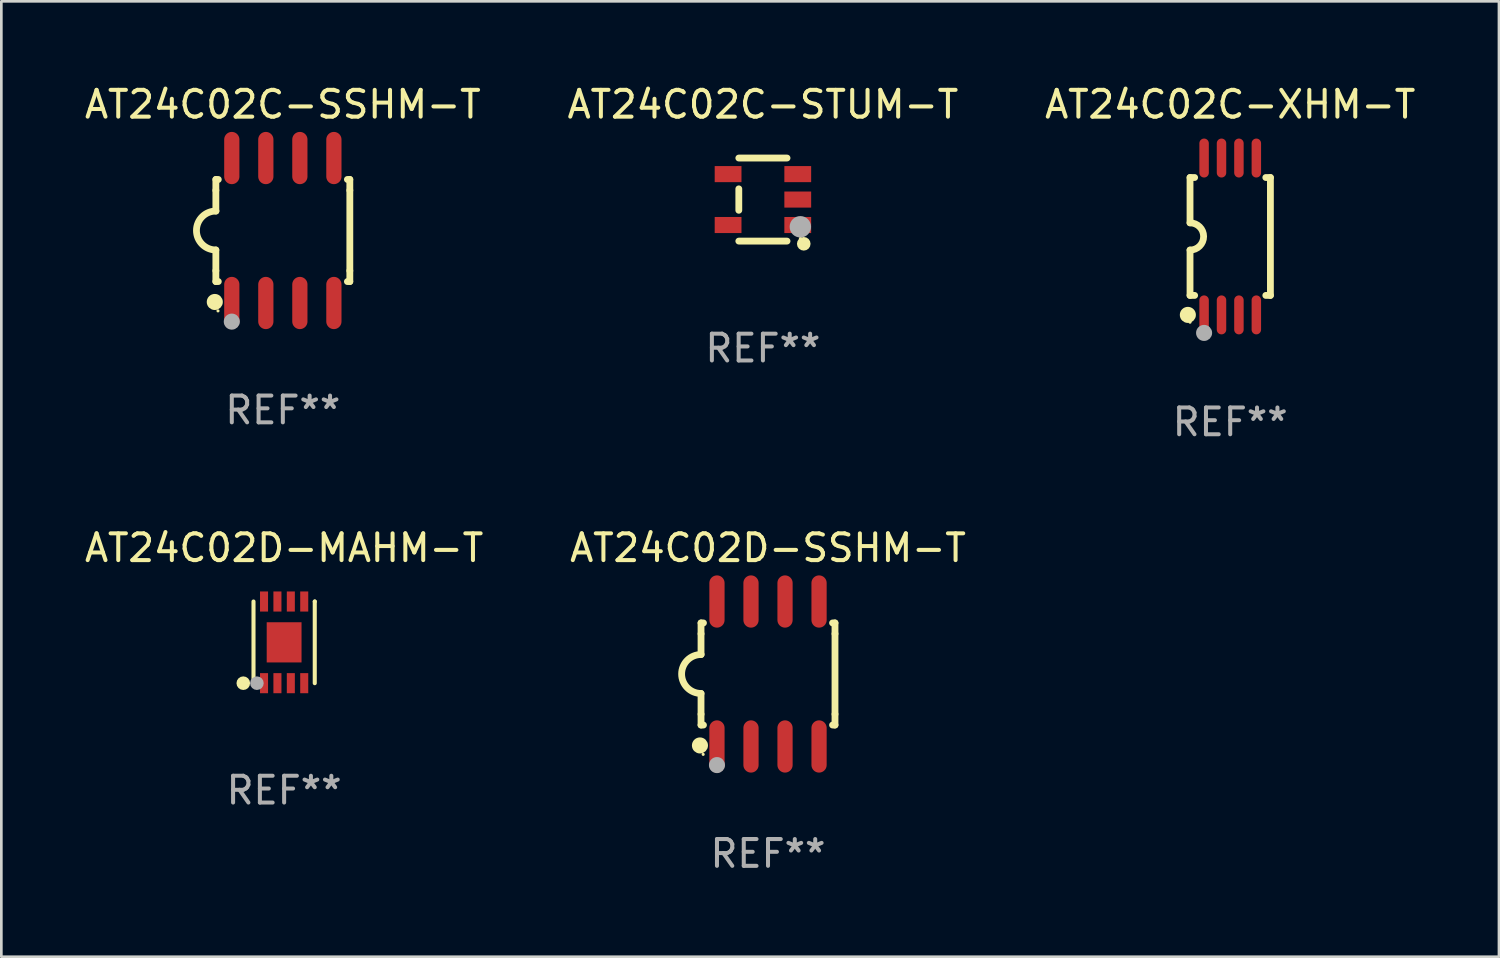
<source format=kicad_pcb>
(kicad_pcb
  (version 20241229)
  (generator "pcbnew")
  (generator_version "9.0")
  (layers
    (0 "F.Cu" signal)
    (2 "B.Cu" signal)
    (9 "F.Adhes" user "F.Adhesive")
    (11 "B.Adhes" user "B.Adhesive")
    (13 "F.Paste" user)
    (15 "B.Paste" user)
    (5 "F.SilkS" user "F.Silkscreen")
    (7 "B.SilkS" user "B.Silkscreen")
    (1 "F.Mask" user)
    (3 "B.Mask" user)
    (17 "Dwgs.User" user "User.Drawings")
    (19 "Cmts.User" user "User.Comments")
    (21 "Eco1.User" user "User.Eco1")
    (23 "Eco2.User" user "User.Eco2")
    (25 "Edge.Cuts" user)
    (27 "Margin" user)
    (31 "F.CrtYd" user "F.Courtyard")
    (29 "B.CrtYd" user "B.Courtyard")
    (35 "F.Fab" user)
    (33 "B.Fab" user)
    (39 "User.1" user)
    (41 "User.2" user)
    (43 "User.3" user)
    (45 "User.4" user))
  (footprint "AT24C02C-XHM-T"
    (layer "F.Cu")
    (at 42.863 5.775)
    (property "Reference" "AT24C02C-XHM-T" (at 0 -4.927 0) (layer "F.SilkS") (effects (font (size 1 1) (thickness 0.15))))
    (attr through_hole)
    (fp_line (start -1.5 -2.2) (end -1.5 -0.508) (stroke (width 0.254) (type solid)) (layer "F.SilkS"))
    (fp_line (start -1.5 -2.2) (end -1.328 -2.2) (stroke (width 0.254) (type solid)) (layer "F.SilkS"))
    (fp_line (start -1.5 2.2) (end -1.5 0.508) (stroke (width 0.254) (type solid)) (layer "F.SilkS"))
    (fp_line (start -1.5 2.2) (end -1.328 2.2) (stroke (width 0.254) (type solid)) (layer "F.SilkS"))
    (fp_line (start 1.328 -2.2) (end 1.5 -2.2) (stroke (width 0.254) (type solid)) (layer "F.SilkS"))
    (fp_line (start 1.328 2.2) (end 1.5 2.2) (stroke (width 0.254) (type solid)) (layer "F.SilkS"))
    (fp_line (start 1.5 -2.2) (end 1.5 2.2) (stroke (width 0.254) (type solid)) (layer "F.SilkS"))
    (fp_arc (start -1.501144 -0.508) (mid -0.993143 -0.000571) (end -1.5 0.508001) (stroke (width 0.254001) (type solid)) (layer "F.SilkS"))
    (fp_circle (center -1.581 2.927) (end -1.431 2.927) (stroke (width 0.3) (type solid)) (fill no) (layer "F.SilkS"))
    (fp_circle (center -1.5 3.2) (end -1.47 3.2) (stroke (width 0.06) (type solid)) (fill no) (layer "F.SilkS"))
    (fp_circle (center -0.975 3.6) (end -0.825 3.6) (stroke (width 0.3) (type solid)) (fill no) (layer "F.Fab"))
    (fp_text user "REF**" (at 0 6.927 0) (layer "F.Fab") (effects (font (size 1 1) (thickness 0.15))))
    (pad "1" smd oval (at -0.975 2.927) (size 0.353 1.454) (layers "F.Cu" "F.Mask" "F.Paste"))
    (pad "2" smd oval (at -0.325 2.927) (size 0.353 1.454) (layers "F.Cu" "F.Mask" "F.Paste"))
    (pad "3" smd oval (at 0.325 2.927) (size 0.353 1.454) (layers "F.Cu" "F.Mask" "F.Paste"))
    (pad "4" smd oval (at 0.975 2.927) (size 0.353 1.454) (layers "F.Cu" "F.Mask" "F.Paste"))
    (pad "5" smd oval (at 0.975 -2.927) (size 0.353 1.454) (layers "F.Cu" "F.Mask" "F.Paste"))
    (pad "6" smd oval (at 0.325 -2.927) (size 0.353 1.454) (layers "F.Cu" "F.Mask" "F.Paste"))
    (pad "7" smd oval (at -0.325 -2.927) (size 0.353 1.454) (layers "F.Cu" "F.Mask" "F.Paste"))
    (pad "8" smd oval (at -0.975 -2.927) (size 0.353 1.454) (layers "F.Cu" "F.Mask" "F.Paste")))
  (footprint "AT24C02C-STUM-T"
    (layer "F.Cu")
    (at 25.423 4.398)
    (property "Reference" "AT24C02C-STUM-T" (at 0 -3.55 0) (layer "F.SilkS") (effects (font (size 1 1) (thickness 0.15))))
    (attr through_hole)
    (fp_line (start -0.9 -1.55) (end 0.9 -1.55) (stroke (width 0.254) (type solid)) (layer "F.SilkS"))
    (fp_line (start -0.9 0.4) (end -0.9 -0.4) (stroke (width 0.254) (type solid)) (layer "F.SilkS"))
    (fp_line (start -0.9 1.55) (end 0.9 1.55) (stroke (width 0.254) (type solid)) (layer "F.SilkS"))
    (fp_circle (center 1.4 1.45) (end 1.43 1.45) (stroke (width 0.06) (type solid)) (fill no) (layer "F.SilkS"))
    (fp_circle (center 1.524 1.651) (end 1.651 1.651) (stroke (width 0.254) (type solid)) (fill no) (layer "F.SilkS"))
    (fp_circle (center 1.397 1.016) (end 1.597 1.016) (stroke (width 0.4) (type solid)) (fill no) (layer "F.Fab"))
    (fp_text user "REF**" (at 0 5.55 0) (layer "F.Fab") (effects (font (size 1 1) (thickness 0.15))))
    (pad "1" smd rect (at 1.3 0.95) (size 1 0.6) (layers "F.Cu" "F.Mask" "F.Paste"))
    (pad "2" smd rect (at 1.3 -0.000051) (size 1 0.6) (layers "F.Cu" "F.Mask" "F.Paste"))
    (pad "3" smd rect (at 1.3 -0.95) (size 1 0.6) (layers "F.Cu" "F.Mask" "F.Paste"))
    (pad "4" smd rect (at -1.3 -0.95) (size 1 0.6) (layers "F.Cu" "F.Mask" "F.Paste"))
    (pad "5" smd rect (at -1.3 0.95) (size 1 0.6) (layers "F.Cu" "F.Mask" "F.Paste")))
  (footprint "AT24C02D-SSHM-T"
    (layer "F.Cu")
    (at 25.613 22.104)
    (property "Reference" "AT24C02D-SSHM-T" (at 0 -4.705 0) (layer "F.SilkS") (effects (font (size 1 1) (thickness 0.15))))
    (attr through_hole)
    (fp_line (start -2.5 -1.905) (end -2.409 -1.905) (stroke (width 0.254) (type solid)) (layer "F.SilkS"))
    (fp_line (start -2.5 -1.5) (end -2.5 -1.905) (stroke (width 0.254) (type solid)) (layer "F.SilkS"))
    (fp_line (start -2.5 -1.5) (end -2.5 -0.726) (stroke (width 0.254) (type solid)) (layer "F.SilkS"))
    (fp_line (start -2.5 1.5) (end -2.5 0.727) (stroke (width 0.254) (type solid)) (layer "F.SilkS"))
    (fp_line (start -2.5 1.5) (end -2.5 1.905) (stroke (width 0.254) (type solid)) (layer "F.SilkS"))
    (fp_line (start -2.5 1.905) (end -2.409 1.905) (stroke (width 0.254) (type solid)) (layer "F.SilkS"))
    (fp_line (start 2.5 -1.905) (end 2.409 -1.905) (stroke (width 0.254) (type solid)) (layer "F.SilkS"))
    (fp_line (start 2.5 -1.5) (end 2.5 -1.905) (stroke (width 0.254) (type solid)) (layer "F.SilkS"))
    (fp_line (start 2.5 -1.5) (end 2.5 1.5) (stroke (width 0.254) (type solid)) (layer "F.SilkS"))
    (fp_line (start 2.5 1.5) (end 2.5 1.905) (stroke (width 0.254) (type solid)) (layer "F.SilkS"))
    (fp_line (start 2.5 1.905) (end 2.409 1.905) (stroke (width 0.254) (type solid)) (layer "F.SilkS"))
    (fp_arc (start -2.5 0.726568) (mid -3.220316 -0.0023) (end -2.495097 -0.726289) (stroke (width 0.254001) (type solid)) (layer "F.SilkS"))
    (fp_circle (center -2.54 2.667) (end -2.39 2.667) (stroke (width 0.3) (type solid)) (fill no) (layer "F.SilkS"))
    (fp_circle (center -2.42 3) (end -2.39 3) (stroke (width 0.06) (type solid)) (fill no) (layer "F.SilkS"))
    (fp_circle (center -1.905 3.4) (end -1.755 3.4) (stroke (width 0.3) (type solid)) (fill no) (layer "F.Fab"))
    (fp_text user "REF**" (at 0 6.705 0) (layer "F.Fab") (effects (font (size 1 1) (thickness 0.15))))
    (pad "1" smd oval (at -1.905 2.705) (size 0.568 1.95) (layers "F.Cu" "F.Mask" "F.Paste"))
    (pad "2" smd oval (at -0.635 2.705) (size 0.568 1.95) (layers "F.Cu" "F.Mask" "F.Paste"))
    (pad "3" smd oval (at 0.635 2.705) (size 0.568 1.95) (layers "F.Cu" "F.Mask" "F.Paste"))
    (pad "4" smd oval (at 1.905 2.705) (size 0.568 1.95) (layers "F.Cu" "F.Mask" "F.Paste"))
    (pad "5" smd oval (at 1.905 -2.705) (size 0.568 1.95) (layers "F.Cu" "F.Mask" "F.Paste"))
    (pad "6" smd oval (at 0.635 -2.705) (size 0.568 1.95) (layers "F.Cu" "F.Mask" "F.Paste"))
    (pad "7" smd oval (at -0.635 -2.705) (size 0.568 1.95) (layers "F.Cu" "F.Mask" "F.Paste"))
    (pad "8" smd oval (at -1.905 -2.705) (size 0.568 1.95) (layers "F.Cu" "F.Mask" "F.Paste")))
  (footprint "AT24C02C-SSHM-T"
    (layer "F.Cu")
    (at 7.506 5.553)
    (property "Reference" "AT24C02C-SSHM-T" (at 0 -4.705 0) (layer "F.SilkS") (effects (font (size 1 1) (thickness 0.15))))
    (attr through_hole)
    (fp_line (start -2.5 -1.905) (end -2.409 -1.905) (stroke (width 0.254) (type solid)) (layer "F.SilkS"))
    (fp_line (start -2.5 -1.5) (end -2.5 -1.905) (stroke (width 0.254) (type solid)) (layer "F.SilkS"))
    (fp_line (start -2.5 -1.5) (end -2.5 -0.726) (stroke (width 0.254) (type solid)) (layer "F.SilkS"))
    (fp_line (start -2.5 1.5) (end -2.5 0.727) (stroke (width 0.254) (type solid)) (layer "F.SilkS"))
    (fp_line (start -2.5 1.5) (end -2.5 1.905) (stroke (width 0.254) (type solid)) (layer "F.SilkS"))
    (fp_line (start -2.5 1.905) (end -2.409 1.905) (stroke (width 0.254) (type solid)) (layer "F.SilkS"))
    (fp_line (start 2.5 -1.905) (end 2.409 -1.905) (stroke (width 0.254) (type solid)) (layer "F.SilkS"))
    (fp_line (start 2.5 -1.5) (end 2.5 -1.905) (stroke (width 0.254) (type solid)) (layer "F.SilkS"))
    (fp_line (start 2.5 -1.5) (end 2.5 1.5) (stroke (width 0.254) (type solid)) (layer "F.SilkS"))
    (fp_line (start 2.5 1.5) (end 2.5 1.905) (stroke (width 0.254) (type solid)) (layer "F.SilkS"))
    (fp_line (start 2.5 1.905) (end 2.409 1.905) (stroke (width 0.254) (type solid)) (layer "F.SilkS"))
    (fp_arc (start -2.5 0.726568) (mid -3.220316 -0.0023) (end -2.495097 -0.726289) (stroke (width 0.254001) (type solid)) (layer "F.SilkS"))
    (fp_circle (center -2.54 2.667) (end -2.39 2.667) (stroke (width 0.3) (type solid)) (fill no) (layer "F.SilkS"))
    (fp_circle (center -2.42 3) (end -2.39 3) (stroke (width 0.06) (type solid)) (fill no) (layer "F.SilkS"))
    (fp_circle (center -1.905 3.4) (end -1.755 3.4) (stroke (width 0.3) (type solid)) (fill no) (layer "F.Fab"))
    (fp_text user "REF**" (at 0 6.705 0) (layer "F.Fab") (effects (font (size 1 1) (thickness 0.15))))
    (pad "1" smd oval (at -1.905 2.705) (size 0.568 1.95) (layers "F.Cu" "F.Mask" "F.Paste"))
    (pad "2" smd oval (at -0.635 2.705) (size 0.568 1.95) (layers "F.Cu" "F.Mask" "F.Paste"))
    (pad "3" smd oval (at 0.635 2.705) (size 0.568 1.95) (layers "F.Cu" "F.Mask" "F.Paste"))
    (pad "4" smd oval (at 1.905 2.705) (size 0.568 1.95) (layers "F.Cu" "F.Mask" "F.Paste"))
    (pad "5" smd oval (at 1.905 -2.705) (size 0.568 1.95) (layers "F.Cu" "F.Mask" "F.Paste"))
    (pad "6" smd oval (at 0.635 -2.705) (size 0.568 1.95) (layers "F.Cu" "F.Mask" "F.Paste"))
    (pad "7" smd oval (at -0.635 -2.705) (size 0.568 1.95) (layers "F.Cu" "F.Mask" "F.Paste"))
    (pad "8" smd oval (at -1.905 -2.705) (size 0.568 1.95) (layers "F.Cu" "F.Mask" "F.Paste")))
  (footprint "AT24C02D-MAHM-T"
    (layer "F.Cu")
    (at 7.554 20.923)
    (property "Reference" "AT24C02D-MAHM-T" (at 0 -3.524 0) (layer "F.SilkS") (effects (font (size 1 1) (thickness 0.15))))
    (attr through_hole)
    (fp_line (start -1.143 1.524) (end -1.143 1.524) (stroke (width 0.152) (type solid)) (layer "F.SilkS"))
    (fp_line (start -1.143 1.524) (end -1.143 -1.524) (stroke (width 0.152) (type solid)) (layer "F.SilkS"))
    (fp_line (start 1.143 -1.524) (end 1.143 1.524) (stroke (width 0.152) (type solid)) (layer "F.SilkS"))
    (fp_line (start 1.143 -1.524) (end 1.143 -1.524) (stroke (width 0.152) (type solid)) (layer "F.SilkS"))
    (fp_circle (center -1.524 1.524) (end -1.397 1.524) (stroke (width 0.254) (type solid)) (fill no) (layer "F.SilkS"))
    (fp_circle (center -1 1.5) (end -0.97 1.5) (stroke (width 0.06) (type solid)) (fill no) (layer "F.SilkS"))
    (fp_circle (center -1.016 1.524) (end -0.889 1.524) (stroke (width 0.254) (type solid)) (fill no) (layer "F.Fab"))
    (fp_text user "REF**" (at 0 5.524 0) (layer "F.Fab") (effects (font (size 1 1) (thickness 0.15))))
    (pad "1" smd rect (at -0.75 1.524) (size 0.3 0.75) (layers "F.Cu" "F.Mask" "F.Paste"))
    (pad "2" smd rect (at -0.25 1.524) (size 0.3 0.75) (layers "F.Cu" "F.Mask" "F.Paste"))
    (pad "3" smd rect (at 0.25 1.524) (size 0.3 0.75) (layers "F.Cu" "F.Mask" "F.Paste"))
    (pad "4" smd rect (at 0.75 1.524) (size 0.3 0.75) (layers "F.Cu" "F.Mask" "F.Paste"))
    (pad "5" smd rect (at 0.75 -1.524) (size 0.3 0.75) (layers "F.Cu" "F.Mask" "F.Paste"))
    (pad "6" smd rect (at 0.25 -1.524) (size 0.3 0.75) (layers "F.Cu" "F.Mask" "F.Paste"))
    (pad "7" smd rect (at -0.25 -1.524) (size 0.3 0.75) (layers "F.Cu" "F.Mask" "F.Paste"))
    (pad "8" smd rect (at -0.75 -1.524) (size 0.3 0.75) (layers "F.Cu" "F.Mask" "F.Paste"))
    (pad "9" smd rect (at -0.000254 0) (size 1.3 1.5) (layers "F.Cu" "F.Mask" "F.Paste")))
  (gr_rect
    (start -3 -3)
    (end 52.893 32.657)
    (stroke (width 0.1) (type default))
    (fill no)
    (layer "Edge.Cuts")))
</source>
